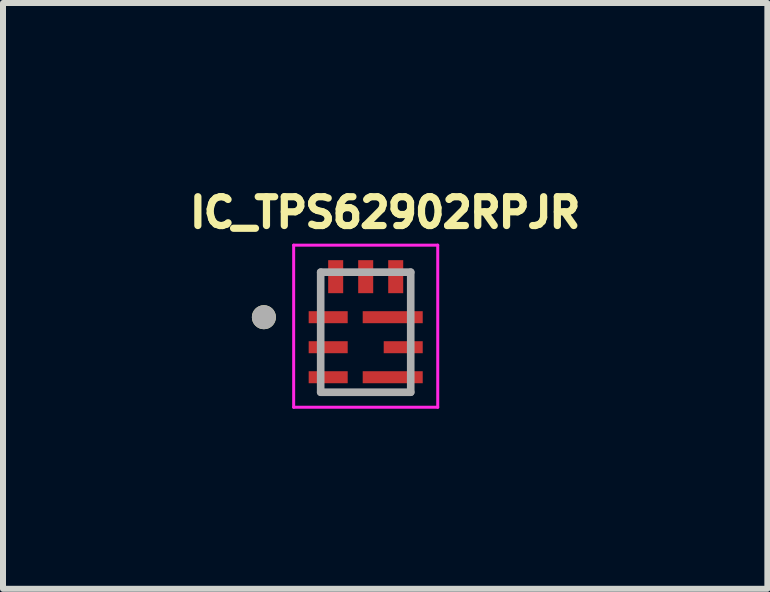
<source format=kicad_pcb>
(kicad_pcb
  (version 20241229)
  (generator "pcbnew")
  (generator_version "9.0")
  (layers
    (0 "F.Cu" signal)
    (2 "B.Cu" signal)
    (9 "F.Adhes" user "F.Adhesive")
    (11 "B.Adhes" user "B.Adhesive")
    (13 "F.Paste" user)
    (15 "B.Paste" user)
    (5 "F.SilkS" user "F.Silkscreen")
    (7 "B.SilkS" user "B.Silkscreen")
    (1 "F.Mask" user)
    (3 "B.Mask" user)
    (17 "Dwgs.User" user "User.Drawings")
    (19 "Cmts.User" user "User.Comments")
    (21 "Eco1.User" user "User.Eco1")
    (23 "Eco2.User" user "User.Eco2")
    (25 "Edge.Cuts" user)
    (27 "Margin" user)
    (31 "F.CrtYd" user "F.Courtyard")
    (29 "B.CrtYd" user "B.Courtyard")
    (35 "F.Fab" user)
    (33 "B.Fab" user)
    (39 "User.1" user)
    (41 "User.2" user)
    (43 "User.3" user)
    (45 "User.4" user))
  (footprint "IC_TPS62902RPJR"
    (layer "F.Cu")
    (at 3.042 2.484)
    (property "Reference" "IC_TPS62902RPJR" (at 0.324 -1.993 0) (layer "F.SilkS") (effects (font (size 0.48 0.48) (thickness 0.15))))
    (attr smd)
    (fp_poly (pts (xy -1 -0.4) (xy -0.25 -0.4) (xy -0.25 -0.1) (xy -1 -0.1)) (stroke (width 0.01) (type solid)) (fill yes) (layer "F.Mask"))
    (fp_poly (pts (xy -1 0.1) (xy -0.25 0.1) (xy -0.25 0.4) (xy -1 0.4)) (stroke (width 0.01) (type solid)) (fill yes) (layer "F.Mask"))
    (fp_poly (pts (xy -1 0.6) (xy -0.25 0.6) (xy -0.25 0.9) (xy -1 0.9)) (stroke (width 0.01) (type solid)) (fill yes) (layer "F.Mask"))
    (fp_poly (pts (xy -0.675 -1.25) (xy -0.325 -1.25) (xy -0.325 -0.6) (xy -0.675 -0.6)) (stroke (width 0.01) (type solid)) (fill yes) (layer "F.Mask"))
    (fp_poly (pts (xy -0.175 -1.25) (xy 0.175 -1.25) (xy 0.175 -0.6) (xy -0.175 -0.6)) (stroke (width 0.01) (type solid)) (fill yes) (layer "F.Mask"))
    (fp_poly (pts (xy -0.1 -0.4) (xy 1 -0.4) (xy 1 -0.1) (xy -0.1 -0.1)) (stroke (width 0.01) (type solid)) (fill yes) (layer "F.Mask"))
    (fp_poly (pts (xy -0.1 0.6) (xy 1 0.6) (xy 1 0.9) (xy -0.1 0.9)) (stroke (width 0.01) (type solid)) (fill yes) (layer "F.Mask"))
    (fp_poly (pts (xy 0.25 0.1) (xy 1 0.1) (xy 1 0.4) (xy 0.25 0.4)) (stroke (width 0.01) (type solid)) (fill yes) (layer "F.Mask"))
    (fp_poly (pts (xy 0.325 -1.25) (xy 0.675 -1.25) (xy 0.675 -0.6) (xy 0.325 -0.6)) (stroke (width 0.01) (type solid)) (fill yes) (layer "F.Mask"))
    (fp_circle (center -1.696 -0.25) (end -1.596 -0.25) (stroke (width 0.2) (type solid)) (fill no) (layer "F.SilkS"))
    (fp_line (start -1.2 -1.45) (end -1.2 1.25) (stroke (width 0.05) (type solid)) (layer "F.CrtYd"))
    (fp_line (start -1.2 1.25) (end 1.2 1.25) (stroke (width 0.05) (type solid)) (layer "F.CrtYd"))
    (fp_line (start 1.2 -1.45) (end -1.2 -1.45) (stroke (width 0.05) (type solid)) (layer "F.CrtYd"))
    (fp_line (start 1.2 1.25) (end 1.2 -1.45) (stroke (width 0.05) (type solid)) (layer "F.CrtYd"))
    (fp_line (start -0.75 -1) (end -0.75 1) (stroke (width 0.127) (type solid)) (layer "F.Fab"))
    (fp_line (start -0.75 1) (end 0.75 1) (stroke (width 0.127) (type solid)) (layer "F.Fab"))
    (fp_line (start 0.75 -1) (end -0.75 -1) (stroke (width 0.127) (type solid)) (layer "F.Fab"))
    (fp_line (start 0.75 1) (end 0.75 -1) (stroke (width 0.127) (type solid)) (layer "F.Fab"))
    (fp_circle (center -1.696 -0.25) (end -1.596 -0.25) (stroke (width 0.2) (type solid)) (fill no) (layer "F.Fab"))
    (pad "1" smd rect (at -0.625 -0.25) (size 0.65 0.2) (layers "F.Cu" "F.Paste"))
    (pad "2" smd rect (at -0.625 0.25) (size 0.65 0.2) (layers "F.Cu" "F.Paste"))
    (pad "3" smd rect (at -0.625 0.75) (size 0.65 0.2) (layers "F.Cu" "F.Paste"))
    (pad "4" smd rect (at 0.45 0.75) (size 1 0.2) (layers "F.Cu" "F.Paste"))
    (pad "5" smd rect (at 0.625 0.25) (size 0.65 0.2) (layers "F.Cu" "F.Paste"))
    (pad "6" smd rect (at 0.45 -0.25) (size 1 0.2) (layers "F.Cu" "F.Paste"))
    (pad "7" smd rect (at 0.5 -0.925) (size 0.25 0.55) (layers "F.Cu" "F.Paste"))
    (pad "8" smd rect (at 0 -0.925) (size 0.25 0.55) (layers "F.Cu" "F.Paste"))
    (pad "9" smd rect (at -0.5 -0.925) (size 0.25 0.55) (layers "F.Cu" "F.Paste")))
  (gr_rect
    (start -3 -3)
    (end 9.733 6.759)
    (stroke (width 0.1) (type default))
    (fill no)
    (layer "Edge.Cuts")))
</source>
